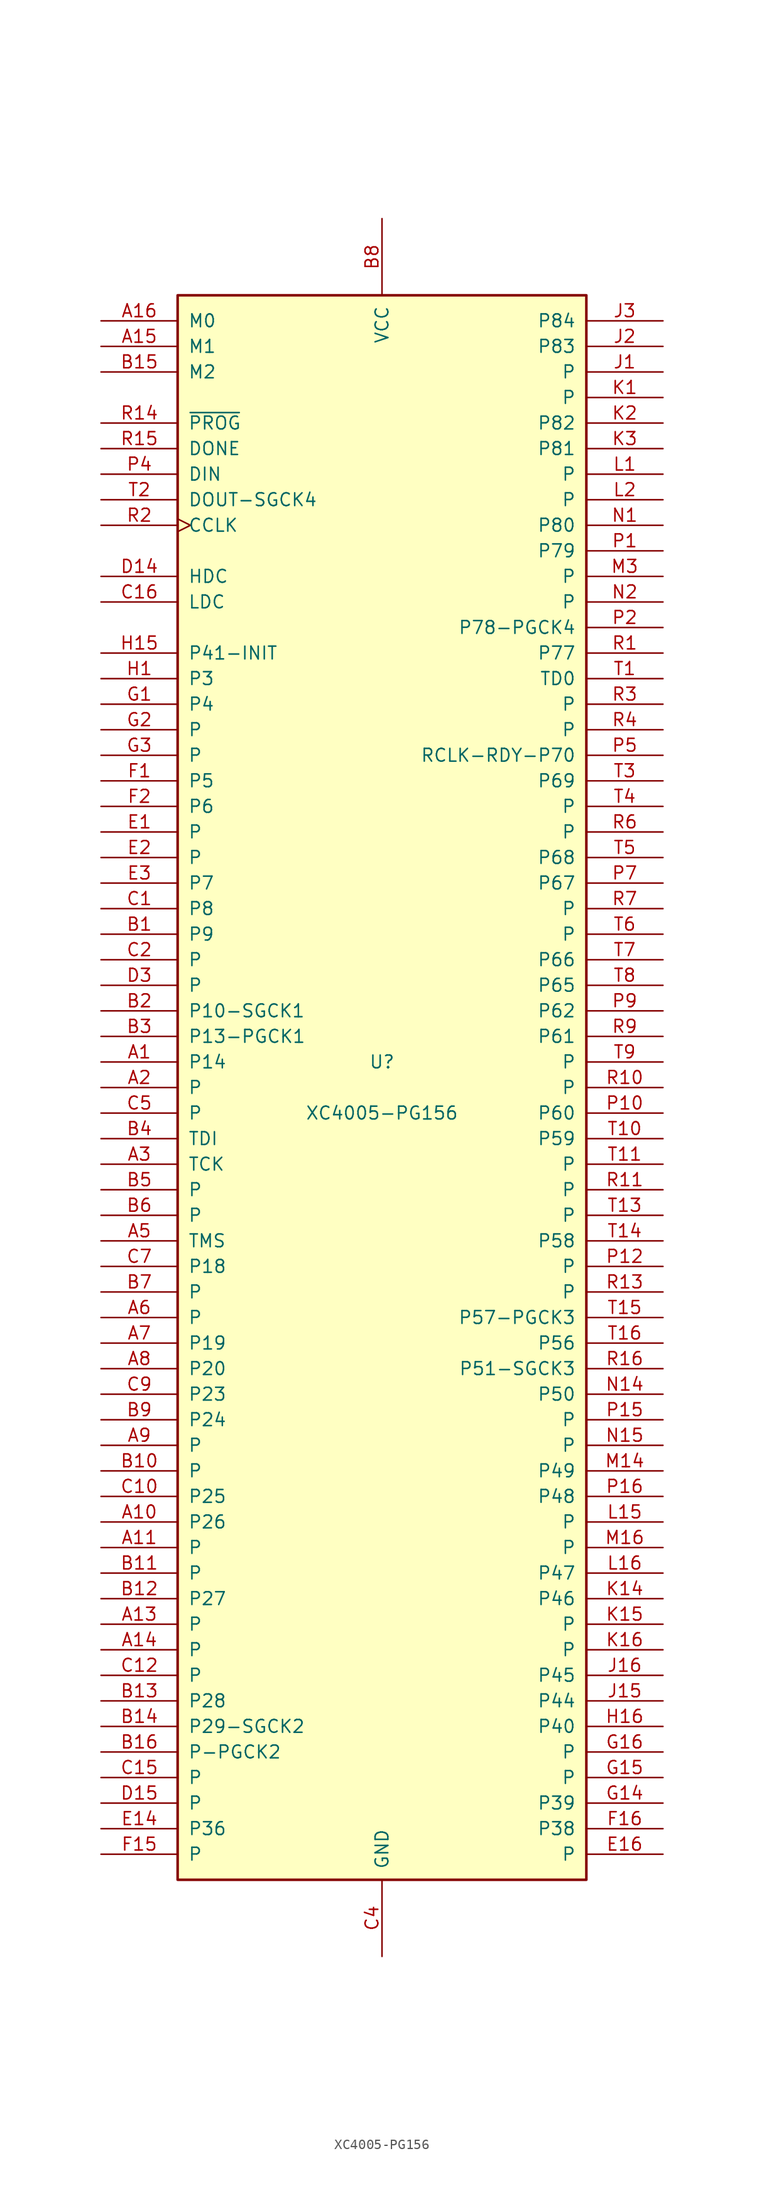
<source format=kicad_sym>
(kicad_symbol_lib
  (version 20241209)
  (generator "kicad_symbol_editor")
  (generator_version "9.0")
  (symbol "XC4005-PG156"
    (pin_names
      (offset 1.016))
    (property "Reference" "U"
      (at 0 2.54 0)
      (effects (font (size 1.27 1.27))))
    (property "Value" "XC4005-PG156"
      (at 0 -2.54 0)
      (effects (font (size 1.27 1.27))))
    (symbol "XC4005-PG156_0_1"
      (rectangle (start -20.32 -78.74) (end 20.32 78.74) (stroke (width 0.254) (type default)) (fill (type background))))
    (symbol "XC4005-PG156_1_1"
      (pin input line (at -27.94 76.2 0) (length 7.62) (name "M0" (effects (font (size 1.27 1.27)))) (number "A16" (effects (font (size 1.27 1.27)))))
      (pin input line (at -27.94 73.66 0) (length 7.62) (name "M1" (effects (font (size 1.27 1.27)))) (number "A15" (effects (font (size 1.27 1.27)))))
      (pin input line (at -27.94 71.12 0) (length 7.62) (name "M2" (effects (font (size 1.27 1.27)))) (number "B15" (effects (font (size 1.27 1.27)))))
      (pin input line (at -27.94 66.04 0) (length 7.62) (name "~{PROG}" (effects (font (size 1.27 1.27)))) (number "R14" (effects (font (size 1.27 1.27)))))
      (pin bidirectional line (at -27.94 63.5 0) (length 7.62) (name "DONE" (effects (font (size 1.27 1.27)))) (number "R15" (effects (font (size 1.27 1.27)))))
      (pin input line (at -27.94 60.96 0) (length 7.62) (name "DIN" (effects (font (size 1.27 1.27)))) (number "P4" (effects (font (size 1.27 1.27)))))
      (pin passive line (at -27.94 58.42 0) (length 7.62) (name "DOUT-SGCK4" (effects (font (size 1.27 1.27)))) (number "T2" (effects (font (size 1.27 1.27)))))
      (pin passive clock (at -27.94 55.88 0) (length 7.62) (name "CCLK" (effects (font (size 1.27 1.27)))) (number "R2" (effects (font (size 1.27 1.27)))))
      (pin passive line (at -27.94 50.8 0) (length 7.62) (name "HDC" (effects (font (size 1.27 1.27)))) (number "D14" (effects (font (size 1.27 1.27)))))
      (pin passive line (at -27.94 48.26 0) (length 7.62) (name "LDC" (effects (font (size 1.27 1.27)))) (number "C16" (effects (font (size 1.27 1.27)))))
      (pin bidirectional line (at -27.94 43.18 0) (length 7.62) (name "P41-INIT" (effects (font (size 1.27 1.27)))) (number "H15" (effects (font (size 1.27 1.27)))))
      (pin passive line (at -27.94 40.64 0) (length 7.62) (name "P3" (effects (font (size 1.27 1.27)))) (number "H1" (effects (font (size 1.27 1.27)))))
      (pin passive line (at -27.94 38.1 0) (length 7.62) (name "P4" (effects (font (size 1.27 1.27)))) (number "G1" (effects (font (size 1.27 1.27)))))
      (pin passive line (at -27.94 35.56 0) (length 7.62) (name "P" (effects (font (size 1.27 1.27)))) (number "G2" (effects (font (size 1.27 1.27)))))
      (pin passive line (at -27.94 33.02 0) (length 7.62) (name "P" (effects (font (size 1.27 1.27)))) (number "G3" (effects (font (size 1.27 1.27)))))
      (pin passive line (at -27.94 30.48 0) (length 7.62) (name "P5" (effects (font (size 1.27 1.27)))) (number "F1" (effects (font (size 1.27 1.27)))))
      (pin passive line (at -27.94 27.94 0) (length 7.62) (name "P6" (effects (font (size 1.27 1.27)))) (number "F2" (effects (font (size 1.27 1.27)))))
      (pin passive line (at -27.94 25.4 0) (length 7.62) (name "P" (effects (font (size 1.27 1.27)))) (number "E1" (effects (font (size 1.27 1.27)))))
      (pin passive line (at -27.94 22.86 0) (length 7.62) (name "P" (effects (font (size 1.27 1.27)))) (number "E2" (effects (font (size 1.27 1.27)))))
      (pin passive line (at -27.94 20.32 0) (length 7.62) (name "P7" (effects (font (size 1.27 1.27)))) (number "E3" (effects (font (size 1.27 1.27)))))
      (pin passive line (at -27.94 17.78 0) (length 7.62) (name "P8" (effects (font (size 1.27 1.27)))) (number "C1" (effects (font (size 1.27 1.27)))))
      (pin passive line (at -27.94 15.24 0) (length 7.62) (name "P9" (effects (font (size 1.27 1.27)))) (number "B1" (effects (font (size 1.27 1.27)))))
      (pin passive line (at -27.94 12.7 0) (length 7.62) (name "P" (effects (font (size 1.27 1.27)))) (number "C2" (effects (font (size 1.27 1.27)))))
      (pin passive line (at -27.94 10.16 0) (length 7.62) (name "P" (effects (font (size 1.27 1.27)))) (number "D3" (effects (font (size 1.27 1.27)))))
      (pin passive line (at -27.94 7.62 0) (length 7.62) (name "P10-SGCK1" (effects (font (size 1.27 1.27)))) (number "B2" (effects (font (size 1.27 1.27)))))
      (pin passive line (at -27.94 5.08 0) (length 7.62) (name "P13-PGCK1" (effects (font (size 1.27 1.27)))) (number "B3" (effects (font (size 1.27 1.27)))))
      (pin passive line (at -27.94 2.54 0) (length 7.62) (name "P14" (effects (font (size 1.27 1.27)))) (number "A1" (effects (font (size 1.27 1.27)))))
      (pin passive line (at -27.94 0 0) (length 7.62) (name "P" (effects (font (size 1.27 1.27)))) (number "A2" (effects (font (size 1.27 1.27)))))
      (pin passive line (at -27.94 -2.54 0) (length 7.62) (name "P" (effects (font (size 1.27 1.27)))) (number "C5" (effects (font (size 1.27 1.27)))))
      (pin passive line (at -27.94 -5.08 0) (length 7.62) (name "TDI" (effects (font (size 1.27 1.27)))) (number "B4" (effects (font (size 1.27 1.27)))))
      (pin passive line (at -27.94 -7.62 0) (length 7.62) (name "TCK" (effects (font (size 1.27 1.27)))) (number "A3" (effects (font (size 1.27 1.27)))))
      (pin passive line (at -27.94 -10.16 0) (length 7.62) (name "P" (effects (font (size 1.27 1.27)))) (number "B5" (effects (font (size 1.27 1.27)))))
      (pin passive line (at -27.94 -12.7 0) (length 7.62) (name "P" (effects (font (size 1.27 1.27)))) (number "B6" (effects (font (size 1.27 1.27)))))
      (pin passive line (at -27.94 -15.24 0) (length 7.62) (name "TMS" (effects (font (size 1.27 1.27)))) (number "A5" (effects (font (size 1.27 1.27)))))
      (pin passive line (at -27.94 -17.78 0) (length 7.62) (name "P18" (effects (font (size 1.27 1.27)))) (number "C7" (effects (font (size 1.27 1.27)))))
      (pin passive line (at -27.94 -20.32 0) (length 7.62) (name "P" (effects (font (size 1.27 1.27)))) (number "B7" (effects (font (size 1.27 1.27)))))
      (pin passive line (at -27.94 -22.86 0) (length 7.62) (name "P" (effects (font (size 1.27 1.27)))) (number "A6" (effects (font (size 1.27 1.27)))))
      (pin passive line (at -27.94 -25.4 0) (length 7.62) (name "P19" (effects (font (size 1.27 1.27)))) (number "A7" (effects (font (size 1.27 1.27)))))
      (pin passive line (at -27.94 -27.94 0) (length 7.62) (name "P20" (effects (font (size 1.27 1.27)))) (number "A8" (effects (font (size 1.27 1.27)))))
      (pin passive line (at -27.94 -30.48 0) (length 7.62) (name "P23" (effects (font (size 1.27 1.27)))) (number "C9" (effects (font (size 1.27 1.27)))))
      (pin passive line (at -27.94 -33.02 0) (length 7.62) (name "P24" (effects (font (size 1.27 1.27)))) (number "B9" (effects (font (size 1.27 1.27)))))
      (pin passive line (at -27.94 -35.56 0) (length 7.62) (name "P" (effects (font (size 1.27 1.27)))) (number "A9" (effects (font (size 1.27 1.27)))))
      (pin passive line (at -27.94 -38.1 0) (length 7.62) (name "P" (effects (font (size 1.27 1.27)))) (number "B10" (effects (font (size 1.27 1.27)))))
      (pin passive line (at -27.94 -40.64 0) (length 7.62) (name "P25" (effects (font (size 1.27 1.27)))) (number "C10" (effects (font (size 1.27 1.27)))))
      (pin passive line (at -27.94 -43.18 0) (length 7.62) (name "P26" (effects (font (size 1.27 1.27)))) (number "A10" (effects (font (size 1.27 1.27)))))
      (pin passive line (at -27.94 -45.72 0) (length 7.62) (name "P" (effects (font (size 1.27 1.27)))) (number "A11" (effects (font (size 1.27 1.27)))))
      (pin passive line (at -27.94 -48.26 0) (length 7.62) (name "P" (effects (font (size 1.27 1.27)))) (number "B11" (effects (font (size 1.27 1.27)))))
      (pin passive line (at -27.94 -50.8 0) (length 7.62) (name "P27" (effects (font (size 1.27 1.27)))) (number "B12" (effects (font (size 1.27 1.27)))))
      (pin passive line (at -27.94 -53.34 0) (length 7.62) (name "P" (effects (font (size 1.27 1.27)))) (number "A13" (effects (font (size 1.27 1.27)))))
      (pin passive line (at -27.94 -55.88 0) (length 7.62) (name "P" (effects (font (size 1.27 1.27)))) (number "A14" (effects (font (size 1.27 1.27)))))
      (pin passive line (at -27.94 -58.42 0) (length 7.62) (name "P" (effects (font (size 1.27 1.27)))) (number "C12" (effects (font (size 1.27 1.27)))))
      (pin passive line (at -27.94 -60.96 0) (length 7.62) (name "P28" (effects (font (size 1.27 1.27)))) (number "B13" (effects (font (size 1.27 1.27)))))
      (pin passive line (at -27.94 -63.5 0) (length 7.62) (name "P29-SGCK2" (effects (font (size 1.27 1.27)))) (number "B14" (effects (font (size 1.27 1.27)))))
      (pin passive line (at -27.94 -66.04 0) (length 7.62) (name "P-PGCK2" (effects (font (size 1.27 1.27)))) (number "B16" (effects (font (size 1.27 1.27)))))
      (pin passive line (at -27.94 -68.58 0) (length 7.62) (name "P" (effects (font (size 1.27 1.27)))) (number "C15" (effects (font (size 1.27 1.27)))))
      (pin passive line (at -27.94 -71.12 0) (length 7.62) (name "P" (effects (font (size 1.27 1.27)))) (number "D15" (effects (font (size 1.27 1.27)))))
      (pin bidirectional line (at -27.94 -73.66 0) (length 7.62) (name "P36" (effects (font (size 1.27 1.27)))) (number "E14" (effects (font (size 1.27 1.27)))))
      (pin passive line (at -27.94 -76.2 0) (length 7.62) (name "P" (effects (font (size 1.27 1.27)))) (number "F15" (effects (font (size 1.27 1.27)))))
      (pin power_in line (at 0 86.36 270) (length 7.62) (name "VCC" (effects (font (size 1.27 1.27)))) (number "B8" (effects (font (size 1.27 1.27)))))
      (pin passive line (at 0 86.36 270) (length 7.62) (hide yes) (name "VCC" (effects (font (size 1.27 1.27)))) (number "C14" (effects (font (size 1.27 1.27)))))
      (pin passive line (at 0 86.36 270) (length 7.62) (hide yes) (name "VCC" (effects (font (size 1.27 1.27)))) (number "C3" (effects (font (size 1.27 1.27)))))
      (pin passive line (at 0 86.36 270) (length 7.62) (hide yes) (name "VCC" (effects (font (size 1.27 1.27)))) (number "H14" (effects (font (size 1.27 1.27)))))
      (pin passive line (at 0 86.36 270) (length 7.62) (hide yes) (name "VCC" (effects (font (size 1.27 1.27)))) (number "H3" (effects (font (size 1.27 1.27)))))
      (pin passive line (at 0 86.36 270) (length 7.62) (hide yes) (name "VCC" (effects (font (size 1.27 1.27)))) (number "P13" (effects (font (size 1.27 1.27)))))
      (pin passive line (at 0 86.36 270) (length 7.62) (hide yes) (name "VCC" (effects (font (size 1.27 1.27)))) (number "P3" (effects (font (size 1.27 1.27)))))
      (pin passive line (at 0 86.36 270) (length 7.62) (hide yes) (name "VCC" (effects (font (size 1.27 1.27)))) (number "R8" (effects (font (size 1.27 1.27)))))
      (pin passive line (at 0 -86.36 90) (length 7.62) (hide yes) (name "GND" (effects (font (size 1.27 1.27)))) (number "C11" (effects (font (size 1.27 1.27)))))
      (pin passive line (at 0 -86.36 90) (length 7.62) (hide yes) (name "GND" (effects (font (size 1.27 1.27)))) (number "C13" (effects (font (size 1.27 1.27)))))
      (pin power_in line (at 0 -86.36 90) (length 7.62) (name "GND" (effects (font (size 1.27 1.27)))) (number "C4" (effects (font (size 1.27 1.27)))))
      (pin passive line (at 0 -86.36 90) (length 7.62) (hide yes) (name "GND" (effects (font (size 1.27 1.27)))) (number "C6" (effects (font (size 1.27 1.27)))))
      (pin passive line (at 0 -86.36 90) (length 7.62) (hide yes) (name "GND" (effects (font (size 1.27 1.27)))) (number "C8" (effects (font (size 1.27 1.27)))))
      (pin passive line (at 0 -86.36 90) (length 7.62) (hide yes) (name "GND" (effects (font (size 1.27 1.27)))) (number "F14" (effects (font (size 1.27 1.27)))))
      (pin passive line (at 0 -86.36 90) (length 7.62) (hide yes) (name "GND" (effects (font (size 1.27 1.27)))) (number "F3" (effects (font (size 1.27 1.27)))))
      (pin passive line (at 0 -86.36 90) (length 7.62) (hide yes) (name "GND" (effects (font (size 1.27 1.27)))) (number "H2" (effects (font (size 1.27 1.27)))))
      (pin passive line (at 0 -86.36 90) (length 7.62) (hide yes) (name "GND" (effects (font (size 1.27 1.27)))) (number "J14" (effects (font (size 1.27 1.27)))))
      (pin passive line (at 0 -86.36 90) (length 7.62) (hide yes) (name "GND" (effects (font (size 1.27 1.27)))) (number "L14" (effects (font (size 1.27 1.27)))))
      (pin passive line (at 0 -86.36 90) (length 7.62) (hide yes) (name "GND" (effects (font (size 1.27 1.27)))) (number "L3" (effects (font (size 1.27 1.27)))))
      (pin passive line (at 0 -86.36 90) (length 7.62) (hide yes) (name "GND" (effects (font (size 1.27 1.27)))) (number "N3" (effects (font (size 1.27 1.27)))))
      (pin passive line (at 0 -86.36 90) (length 7.62) (hide yes) (name "GND" (effects (font (size 1.27 1.27)))) (number "P11" (effects (font (size 1.27 1.27)))))
      (pin passive line (at 0 -86.36 90) (length 7.62) (hide yes) (name "GND" (effects (font (size 1.27 1.27)))) (number "P14" (effects (font (size 1.27 1.27)))))
      (pin passive line (at 0 -86.36 90) (length 7.62) (hide yes) (name "GND" (effects (font (size 1.27 1.27)))) (number "P6" (effects (font (size 1.27 1.27)))))
      (pin passive line (at 0 -86.36 90) (length 7.62) (hide yes) (name "GND" (effects (font (size 1.27 1.27)))) (number "P8" (effects (font (size 1.27 1.27)))))
      (pin passive line (at 27.94 76.2 180) (length 7.62) (name "P84" (effects (font (size 1.27 1.27)))) (number "J3" (effects (font (size 1.27 1.27)))))
      (pin passive line (at 27.94 73.66 180) (length 7.62) (name "P83" (effects (font (size 1.27 1.27)))) (number "J2" (effects (font (size 1.27 1.27)))))
      (pin passive line (at 27.94 71.12 180) (length 7.62) (name "P" (effects (font (size 1.27 1.27)))) (number "J1" (effects (font (size 1.27 1.27)))))
      (pin passive line (at 27.94 68.58 180) (length 7.62) (name "P" (effects (font (size 1.27 1.27)))) (number "K1" (effects (font (size 1.27 1.27)))))
      (pin passive line (at 27.94 66.04 180) (length 7.62) (name "P82" (effects (font (size 1.27 1.27)))) (number "K2" (effects (font (size 1.27 1.27)))))
      (pin passive line (at 27.94 63.5 180) (length 7.62) (name "P81" (effects (font (size 1.27 1.27)))) (number "K3" (effects (font (size 1.27 1.27)))))
      (pin passive line (at 27.94 60.96 180) (length 7.62) (name "P" (effects (font (size 1.27 1.27)))) (number "L1" (effects (font (size 1.27 1.27)))))
      (pin passive line (at 27.94 58.42 180) (length 7.62) (name "P" (effects (font (size 1.27 1.27)))) (number "L2" (effects (font (size 1.27 1.27)))))
      (pin passive line (at 27.94 55.88 180) (length 7.62) (name "P80" (effects (font (size 1.27 1.27)))) (number "N1" (effects (font (size 1.27 1.27)))))
      (pin passive line (at 27.94 53.34 180) (length 7.62) (name "P79" (effects (font (size 1.27 1.27)))) (number "P1" (effects (font (size 1.27 1.27)))))
      (pin passive line (at 27.94 50.8 180) (length 7.62) (name "P" (effects (font (size 1.27 1.27)))) (number "M3" (effects (font (size 1.27 1.27)))))
      (pin passive line (at 27.94 48.26 180) (length 7.62) (name "P" (effects (font (size 1.27 1.27)))) (number "N2" (effects (font (size 1.27 1.27)))))
      (pin passive line (at 27.94 45.72 180) (length 7.62) (name "P78-PGCK4" (effects (font (size 1.27 1.27)))) (number "P2" (effects (font (size 1.27 1.27)))))
      (pin passive line (at 27.94 43.18 180) (length 7.62) (name "P77" (effects (font (size 1.27 1.27)))) (number "R1" (effects (font (size 1.27 1.27)))))
      (pin output line (at 27.94 40.64 180) (length 7.62) (name "TD0" (effects (font (size 1.27 1.27)))) (number "T1" (effects (font (size 1.27 1.27)))))
      (pin passive line (at 27.94 38.1 180) (length 7.62) (name "P" (effects (font (size 1.27 1.27)))) (number "R3" (effects (font (size 1.27 1.27)))))
      (pin passive line (at 27.94 35.56 180) (length 7.62) (name "P" (effects (font (size 1.27 1.27)))) (number "R4" (effects (font (size 1.27 1.27)))))
      (pin passive line (at 27.94 33.02 180) (length 7.62) (name "RCLK-RDY-P70" (effects (font (size 1.27 1.27)))) (number "P5" (effects (font (size 1.27 1.27)))))
      (pin passive line (at 27.94 30.48 180) (length 7.62) (name "P69" (effects (font (size 1.27 1.27)))) (number "T3" (effects (font (size 1.27 1.27)))))
      (pin passive line (at 27.94 27.94 180) (length 7.62) (name "P" (effects (font (size 1.27 1.27)))) (number "T4" (effects (font (size 1.27 1.27)))))
      (pin passive line (at 27.94 25.4 180) (length 7.62) (name "P" (effects (font (size 1.27 1.27)))) (number "R6" (effects (font (size 1.27 1.27)))))
      (pin passive line (at 27.94 22.86 180) (length 7.62) (name "P68" (effects (font (size 1.27 1.27)))) (number "T5" (effects (font (size 1.27 1.27)))))
      (pin passive line (at 27.94 20.32 180) (length 7.62) (name "P67" (effects (font (size 1.27 1.27)))) (number "P7" (effects (font (size 1.27 1.27)))))
      (pin passive line (at 27.94 17.78 180) (length 7.62) (name "P" (effects (font (size 1.27 1.27)))) (number "R7" (effects (font (size 1.27 1.27)))))
      (pin passive line (at 27.94 15.24 180) (length 7.62) (name "P" (effects (font (size 1.27 1.27)))) (number "T6" (effects (font (size 1.27 1.27)))))
      (pin passive line (at 27.94 12.7 180) (length 7.62) (name "P66" (effects (font (size 1.27 1.27)))) (number "T7" (effects (font (size 1.27 1.27)))))
      (pin passive line (at 27.94 10.16 180) (length 7.62) (name "P65" (effects (font (size 1.27 1.27)))) (number "T8" (effects (font (size 1.27 1.27)))))
      (pin passive line (at 27.94 7.62 180) (length 7.62) (name "P62" (effects (font (size 1.27 1.27)))) (number "P9" (effects (font (size 1.27 1.27)))))
      (pin passive line (at 27.94 5.08 180) (length 7.62) (name "P61" (effects (font (size 1.27 1.27)))) (number "R9" (effects (font (size 1.27 1.27)))))
      (pin passive line (at 27.94 2.54 180) (length 7.62) (name "P" (effects (font (size 1.27 1.27)))) (number "T9" (effects (font (size 1.27 1.27)))))
      (pin passive line (at 27.94 0 180) (length 7.62) (name "P" (effects (font (size 1.27 1.27)))) (number "R10" (effects (font (size 1.27 1.27)))))
      (pin passive line (at 27.94 -2.54 180) (length 7.62) (name "P60" (effects (font (size 1.27 1.27)))) (number "P10" (effects (font (size 1.27 1.27)))))
      (pin passive line (at 27.94 -5.08 180) (length 7.62) (name "P59" (effects (font (size 1.27 1.27)))) (number "T10" (effects (font (size 1.27 1.27)))))
      (pin passive line (at 27.94 -7.62 180) (length 7.62) (name "P" (effects (font (size 1.27 1.27)))) (number "T11" (effects (font (size 1.27 1.27)))))
      (pin passive line (at 27.94 -10.16 180) (length 7.62) (name "P" (effects (font (size 1.27 1.27)))) (number "R11" (effects (font (size 1.27 1.27)))))
      (pin passive line (at 27.94 -12.7 180) (length 7.62) (name "P" (effects (font (size 1.27 1.27)))) (number "T13" (effects (font (size 1.27 1.27)))))
      (pin passive line (at 27.94 -15.24 180) (length 7.62) (name "P58" (effects (font (size 1.27 1.27)))) (number "T14" (effects (font (size 1.27 1.27)))))
      (pin passive line (at 27.94 -17.78 180) (length 7.62) (name "P" (effects (font (size 1.27 1.27)))) (number "P12" (effects (font (size 1.27 1.27)))))
      (pin passive line (at 27.94 -20.32 180) (length 7.62) (name "P" (effects (font (size 1.27 1.27)))) (number "R13" (effects (font (size 1.27 1.27)))))
      (pin passive line (at 27.94 -22.86 180) (length 7.62) (name "P57-PGCK3" (effects (font (size 1.27 1.27)))) (number "T15" (effects (font (size 1.27 1.27)))))
      (pin passive line (at 27.94 -25.4 180) (length 7.62) (name "P56" (effects (font (size 1.27 1.27)))) (number "T16" (effects (font (size 1.27 1.27)))))
      (pin passive line (at 27.94 -27.94 180) (length 7.62) (name "P51-SGCK3" (effects (font (size 1.27 1.27)))) (number "R16" (effects (font (size 1.27 1.27)))))
      (pin passive line (at 27.94 -30.48 180) (length 7.62) (name "P50" (effects (font (size 1.27 1.27)))) (number "N14" (effects (font (size 1.27 1.27)))))
      (pin passive line (at 27.94 -33.02 180) (length 7.62) (name "P" (effects (font (size 1.27 1.27)))) (number "P15" (effects (font (size 1.27 1.27)))))
      (pin passive line (at 27.94 -35.56 180) (length 7.62) (name "P" (effects (font (size 1.27 1.27)))) (number "N15" (effects (font (size 1.27 1.27)))))
      (pin passive line (at 27.94 -38.1 180) (length 7.62) (name "P49" (effects (font (size 1.27 1.27)))) (number "M14" (effects (font (size 1.27 1.27)))))
      (pin passive line (at 27.94 -40.64 180) (length 7.62) (name "P48" (effects (font (size 1.27 1.27)))) (number "P16" (effects (font (size 1.27 1.27)))))
      (pin passive line (at 27.94 -43.18 180) (length 7.62) (name "P" (effects (font (size 1.27 1.27)))) (number "L15" (effects (font (size 1.27 1.27)))))
      (pin passive line (at 27.94 -45.72 180) (length 7.62) (name "P" (effects (font (size 1.27 1.27)))) (number "M16" (effects (font (size 1.27 1.27)))))
      (pin passive line (at 27.94 -48.26 180) (length 7.62) (name "P47" (effects (font (size 1.27 1.27)))) (number "L16" (effects (font (size 1.27 1.27)))))
      (pin passive line (at 27.94 -50.8 180) (length 7.62) (name "P46" (effects (font (size 1.27 1.27)))) (number "K14" (effects (font (size 1.27 1.27)))))
      (pin passive line (at 27.94 -53.34 180) (length 7.62) (name "P" (effects (font (size 1.27 1.27)))) (number "K15" (effects (font (size 1.27 1.27)))))
      (pin passive line (at 27.94 -55.88 180) (length 7.62) (name "P" (effects (font (size 1.27 1.27)))) (number "K16" (effects (font (size 1.27 1.27)))))
      (pin passive line (at 27.94 -58.42 180) (length 7.62) (name "P45" (effects (font (size 1.27 1.27)))) (number "J16" (effects (font (size 1.27 1.27)))))
      (pin passive line (at 27.94 -60.96 180) (length 7.62) (name "P44" (effects (font (size 1.27 1.27)))) (number "J15" (effects (font (size 1.27 1.27)))))
      (pin passive line (at 27.94 -63.5 180) (length 7.62) (name "P40" (effects (font (size 1.27 1.27)))) (number "H16" (effects (font (size 1.27 1.27)))))
      (pin passive line (at 27.94 -66.04 180) (length 7.62) (name "P" (effects (font (size 1.27 1.27)))) (number "G16" (effects (font (size 1.27 1.27)))))
      (pin passive line (at 27.94 -68.58 180) (length 7.62) (name "P" (effects (font (size 1.27 1.27)))) (number "G15" (effects (font (size 1.27 1.27)))))
      (pin passive line (at 27.94 -71.12 180) (length 7.62) (name "P39" (effects (font (size 1.27 1.27)))) (number "G14" (effects (font (size 1.27 1.27)))))
      (pin passive line (at 27.94 -73.66 180) (length 7.62) (name "P38" (effects (font (size 1.27 1.27)))) (number "F16" (effects (font (size 1.27 1.27)))))
      (pin passive line (at 27.94 -76.2 180) (length 7.62) (name "P" (effects (font (size 1.27 1.27)))) (number "E16" (effects (font (size 1.27 1.27))))))))
</source>
